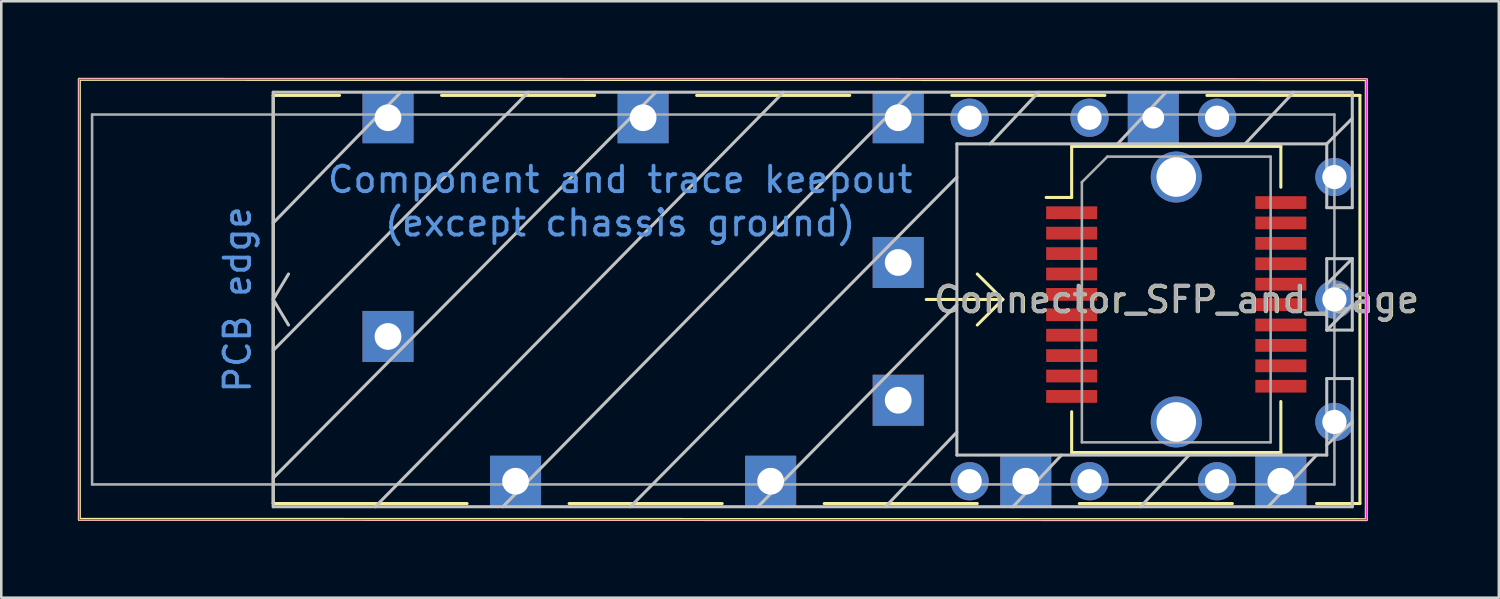
<source format=kicad_pcb>
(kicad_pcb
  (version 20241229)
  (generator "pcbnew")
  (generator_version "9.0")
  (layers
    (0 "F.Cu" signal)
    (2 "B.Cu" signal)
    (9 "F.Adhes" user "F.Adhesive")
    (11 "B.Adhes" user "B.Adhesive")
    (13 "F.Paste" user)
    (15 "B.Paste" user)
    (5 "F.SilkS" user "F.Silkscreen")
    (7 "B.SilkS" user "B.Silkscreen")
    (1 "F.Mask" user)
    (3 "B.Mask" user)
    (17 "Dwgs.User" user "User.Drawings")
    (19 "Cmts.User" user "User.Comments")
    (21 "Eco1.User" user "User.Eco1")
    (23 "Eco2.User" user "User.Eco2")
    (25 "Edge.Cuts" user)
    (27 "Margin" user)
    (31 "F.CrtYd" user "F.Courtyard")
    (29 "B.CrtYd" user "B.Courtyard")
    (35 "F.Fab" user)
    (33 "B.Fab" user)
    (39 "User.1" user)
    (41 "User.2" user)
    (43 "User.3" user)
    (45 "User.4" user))
  (footprint "Connector_SFP_and_Cage"
    (layer "F.Cu")
    (at 49.26 8.69)
    (property "Reference" "Connector_SFP_and_Cage" (at -6.18 0.01 0) (layer "F.SilkS") (effects (font (size 1 1) (thickness 0.15))))
    (attr smd)
    (fp_line (start -49.2 -8.63) (end 1.25 -8.62) (stroke (width 0.12) (type solid)) (layer "F.SilkS"))
    (fp_line (start -49.2 8.62) (end -49.2 -8.63) (stroke (width 0.12) (type solid)) (layer "F.SilkS"))
    (fp_line (start -41.6 8) (end -41.6 -8) (stroke (width 0.12) (type solid)) (layer "F.SilkS"))
    (fp_line (start -39 -8) (end -41.6 -8) (stroke (width 0.12) (type solid)) (layer "F.SilkS"))
    (fp_line (start -34 8) (end -41.6 8) (stroke (width 0.12) (type solid)) (layer "F.SilkS"))
    (fp_line (start -30 8) (end -24 8) (stroke (width 0.12) (type solid)) (layer "F.SilkS"))
    (fp_line (start -29 -8) (end -35 -8) (stroke (width 0.12) (type solid)) (layer "F.SilkS"))
    (fp_line (start -20 8) (end -14 8) (stroke (width 0.12) (type solid)) (layer "F.SilkS"))
    (fp_line (start -19 -8) (end -25 -8) (stroke (width 0.12) (type solid)) (layer "F.SilkS"))
    (fp_line (start -13 0) (end -16 0) (stroke (width 0.12) (type solid)) (layer "F.SilkS"))
    (fp_line (start -13 0) (end -14 -1) (stroke (width 0.12) (type solid)) (layer "F.SilkS"))
    (fp_line (start -13 0) (end -14 1) (stroke (width 0.12) (type solid)) (layer "F.SilkS"))
    (fp_line (start -10.3 -6) (end -10.3 -4) (stroke (width 0.12) (type solid)) (layer "F.SilkS"))
    (fp_line (start -10.3 -4) (end -11.3 -4) (stroke (width 0.12) (type solid)) (layer "F.SilkS"))
    (fp_line (start -10.3 4.4) (end -10.3 6) (stroke (width 0.12) (type solid)) (layer "F.SilkS"))
    (fp_line (start -10 8) (end -4 8) (stroke (width 0.12) (type solid)) (layer "F.SilkS"))
    (fp_line (start -9 -8) (end -15 -8) (stroke (width 0.12) (type solid)) (layer "F.SilkS"))
    (fp_line (start -2.1 -6) (end -10.3 -6) (stroke (width 0.12) (type solid)) (layer "F.SilkS"))
    (fp_line (start -2.1 -4.4) (end -2.1 -6) (stroke (width 0.12) (type solid)) (layer "F.SilkS"))
    (fp_line (start -2.1 4) (end -2.1 6) (stroke (width 0.12) (type solid)) (layer "F.SilkS"))
    (fp_line (start -2.1 6) (end -10.3 6) (stroke (width 0.12) (type solid)) (layer "F.SilkS"))
    (fp_line (start -0.7 8) (end 1 8) (stroke (width 0.12) (type solid)) (layer "F.SilkS"))
    (fp_line (start 1 -8) (end -5 -8) (stroke (width 0.12) (type solid)) (layer "F.SilkS"))
    (fp_line (start 1 8) (end 1 -8) (stroke (width 0.12) (type solid)) (layer "F.SilkS"))
    (fp_line (start 1.25 -8.62) (end 1.25 8.63) (stroke (width 0.12) (type solid)) (layer "F.SilkS"))
    (fp_line (start 1.25 8.63) (end -49.2 8.62) (stroke (width 0.12) (type solid)) (layer "F.SilkS"))
    (fp_line (start -41.6 -8.125) (end 0.7 -8.125) (stroke (width 0.12) (type solid)) (layer "Dwgs.User"))
    (fp_line (start -41.6 0) (end -41 -1) (stroke (width 0.12) (type solid)) (layer "Dwgs.User"))
    (fp_line (start -41.6 8.125) (end -41.6 -8.125) (stroke (width 0.12) (type solid)) (layer "Dwgs.User"))
    (fp_line (start -41 1) (end -41.6 0) (stroke (width 0.12) (type solid)) (layer "Dwgs.User"))
    (fp_line (start -36.6 -8.125) (end -41.6 -3) (stroke (width 0.12) (type solid)) (layer "Dwgs.User"))
    (fp_line (start -31.6 -8.125) (end -41.6 2) (stroke (width 0.12) (type solid)) (layer "Dwgs.User"))
    (fp_line (start -27.6 8.125) (end -14.8 -4.8) (stroke (width 0.12) (type solid)) (layer "Dwgs.User"))
    (fp_line (start -26.6 -8.125) (end -41.6 7) (stroke (width 0.12) (type solid)) (layer "Dwgs.User"))
    (fp_line (start -22.6 8.125) (end -14.8 0.2) (stroke (width 0.12) (type solid)) (layer "Dwgs.User"))
    (fp_line (start -21.6 -8.125) (end -37.6 8.125) (stroke (width 0.12) (type solid)) (layer "Dwgs.User"))
    (fp_line (start -17.6 8.125) (end -14.8 5.2) (stroke (width 0.12) (type solid)) (layer "Dwgs.User"))
    (fp_line (start -16.6 -8.125) (end -32.6 8.125) (stroke (width 0.12) (type solid)) (layer "Dwgs.User"))
    (fp_line (start -14.8 -6.1) (end -14.8 6.1) (stroke (width 0.12) (type solid)) (layer "Dwgs.User"))
    (fp_line (start -14.8 6.1) (end -0.3 6.1) (stroke (width 0.12) (type solid)) (layer "Dwgs.User"))
    (fp_line (start -13.5 -6.1) (end -11.6 -8.125) (stroke (width 0.12) (type solid)) (layer "Dwgs.User"))
    (fp_line (start -12.6 8.125) (end -10.7 6.1) (stroke (width 0.12) (type solid)) (layer "Dwgs.User"))
    (fp_line (start -7.6 8.125) (end -5.7 6.1) (stroke (width 0.12) (type solid)) (layer "Dwgs.User"))
    (fp_line (start -6.6 -8.125) (end -8.5 -6.1) (stroke (width 0.12) (type solid)) (layer "Dwgs.User"))
    (fp_line (start -2.6 8.125) (end -0.7 6.1) (stroke (width 0.12) (type solid)) (layer "Dwgs.User"))
    (fp_line (start -1.6 -8.125) (end -3.5 -6.1) (stroke (width 0.12) (type solid)) (layer "Dwgs.User"))
    (fp_line (start -0.3 -6.1) (end -14.8 -6.1) (stroke (width 0.12) (type solid)) (layer "Dwgs.User"))
    (fp_line (start -0.3 -6.1) (end 0.7 -7.1) (stroke (width 0.12) (type solid)) (layer "Dwgs.User"))
    (fp_line (start -0.3 -3.6) (end -0.3 -6.1) (stroke (width 0.12) (type solid)) (layer "Dwgs.User"))
    (fp_line (start -0.3 -1.6) (end 0.7 -1.6) (stroke (width 0.12) (type solid)) (layer "Dwgs.User"))
    (fp_line (start -0.3 1.2) (end -0.3 -1.6) (stroke (width 0.12) (type solid)) (layer "Dwgs.User"))
    (fp_line (start -0.3 1.2) (end 0.7 0.2) (stroke (width 0.12) (type solid)) (layer "Dwgs.User"))
    (fp_line (start -0.3 3.1) (end 0.7 3.1) (stroke (width 0.12) (type solid)) (layer "Dwgs.User"))
    (fp_line (start -0.3 5.7) (end 0.7 4.8) (stroke (width 0.12) (type solid)) (layer "Dwgs.User"))
    (fp_line (start -0.3 6.1) (end -0.3 3.1) (stroke (width 0.12) (type solid)) (layer "Dwgs.User"))
    (fp_line (start 0.7 -8.125) (end 0.7 -3.6) (stroke (width 0.12) (type solid)) (layer "Dwgs.User"))
    (fp_line (start 0.7 -3.6) (end -0.3 -3.6) (stroke (width 0.12) (type solid)) (layer "Dwgs.User"))
    (fp_line (start 0.7 -1.6) (end -0.3 -0.6) (stroke (width 0.12) (type solid)) (layer "Dwgs.User"))
    (fp_line (start 0.7 -1.6) (end 0.7 1.2) (stroke (width 0.12) (type solid)) (layer "Dwgs.User"))
    (fp_line (start 0.7 1.2) (end -0.3 1.2) (stroke (width 0.12) (type solid)) (layer "Dwgs.User"))
    (fp_line (start 0.7 3.1) (end 0.7 8.125) (stroke (width 0.12) (type solid)) (layer "Dwgs.User"))
    (fp_line (start 0.7 8.125) (end -41.6 8.125) (stroke (width 0.12) (type solid)) (layer "Dwgs.User"))
    (fp_line (start -49.2 -8.63) (end -49.2 8.63) (stroke (width 0.05) (type solid)) (layer "F.CrtYd"))
    (fp_line (start -49.2 -8.63) (end 1.25 -8.63) (stroke (width 0.05) (type solid)) (layer "F.CrtYd"))
    (fp_line (start 1.25 8.63) (end -49.2 8.63) (stroke (width 0.05) (type solid)) (layer "F.CrtYd"))
    (fp_line (start 1.25 8.63) (end 1.25 -8.63) (stroke (width 0.05) (type solid)) (layer "F.CrtYd"))
    (fp_line (start -48.7 -7.25) (end -48.7 7.25) (stroke (width 0.1) (type solid)) (layer "F.Fab"))
    (fp_line (start -9.9 -4.6) (end -9.9 5.6) (stroke (width 0.1) (type solid)) (layer "F.Fab"))
    (fp_line (start -9.9 -4.6) (end -8.9 -5.6) (stroke (width 0.1) (type solid)) (layer "F.Fab"))
    (fp_line (start -2.5 -5.6) (end -8.9 -5.6) (stroke (width 0.1) (type solid)) (layer "F.Fab"))
    (fp_line (start -2.5 -5.6) (end -2.5 5.6) (stroke (width 0.1) (type solid)) (layer "F.Fab"))
    (fp_line (start -2.5 5.6) (end -9.9 5.6) (stroke (width 0.1) (type solid)) (layer "F.Fab"))
    (fp_line (start 0 -7.25) (end -48.7 -7.25) (stroke (width 0.1) (type solid)) (layer "F.Fab"))
    (fp_line (start 0 -7.25) (end 0 7.25) (stroke (width 0.1) (type solid)) (layer "F.Fab"))
    (fp_line (start 0 7.25) (end -48.7 7.25) (stroke (width 0.1) (type solid)) (layer "F.Fab"))
    (fp_text user "(except chassis ground)" (at -28 -3 0) (layer "Cmts.User") (effects (font (size 1 1) (thickness 0.15))))
    (fp_text user "Component and trace keepout" (at -28 -4.7 0) (layer "Cmts.User") (effects (font (size 1 1) (thickness 0.15))))
    (fp_text user "PCB edge" (at -43 0 90) (layer "Cmts.User") (effects (font (size 1 1) (thickness 0.15))))
    (fp_text user "${REFERENCE}" (at -6.2 0 0) (layer "F.Fab") (effects (font (size 1 1) (thickness 0.15))))
    (pad "" np_thru_hole circle (at -6.2 -4.8) (size 2 2) (drill 1.55) (layers "*.Cu" "*.Mask"))
    (pad "" np_thru_hole circle (at -6.2 4.8) (size 2 2) (drill 1.55) (layers "*.Cu" "*.Mask"))
    (pad "1" smd rect (at -10.3 -3.4) (size 2 0.5) (layers "F.Cu" "F.Mask" "F.Paste"))
    (pad "2" smd rect (at -10.3 -2.6) (size 2 0.5) (layers "F.Cu" "F.Mask" "F.Paste"))
    (pad "3" smd rect (at -10.3 -1.8) (size 2 0.5) (layers "F.Cu" "F.Mask" "F.Paste"))
    (pad "4" smd rect (at -10.3 -1) (size 2 0.5) (layers "F.Cu" "F.Mask" "F.Paste"))
    (pad "5" smd rect (at -10.3 -0.2) (size 2 0.5) (layers "F.Cu" "F.Mask" "F.Paste"))
    (pad "6" smd rect (at -10.3 0.6) (size 2 0.5) (layers "F.Cu" "F.Mask" "F.Paste"))
    (pad "7" smd rect (at -10.3 1.4) (size 2 0.5) (layers "F.Cu" "F.Mask" "F.Paste"))
    (pad "8" smd rect (at -10.3 2.2) (size 2 0.5) (layers "F.Cu" "F.Mask" "F.Paste"))
    (pad "9" smd rect (at -10.3 3) (size 2 0.5) (layers "F.Cu" "F.Mask" "F.Paste"))
    (pad "10" smd rect (at -10.3 3.8) (size 2 0.5) (layers "F.Cu" "F.Mask" "F.Paste"))
    (pad "11" smd rect (at -2.1 3.4) (size 2 0.5) (layers "F.Cu" "F.Mask" "F.Paste"))
    (pad "12" smd rect (at -2.1 2.6) (size 2 0.5) (layers "F.Cu" "F.Mask" "F.Paste"))
    (pad "13" smd rect (at -2.1 1.8) (size 2 0.5) (layers "F.Cu" "F.Mask" "F.Paste"))
    (pad "14" smd rect (at -2.1 1) (size 2 0.5) (layers "F.Cu" "F.Mask" "F.Paste"))
    (pad "15" smd rect (at -2.1 0.2) (size 2 0.5) (layers "F.Cu" "F.Mask" "F.Paste"))
    (pad "16" smd rect (at -2.1 -0.6) (size 2 0.5) (layers "F.Cu" "F.Mask" "F.Paste"))
    (pad "17" smd rect (at -2.1 -1.4) (size 2 0.5) (layers "F.Cu" "F.Mask" "F.Paste"))
    (pad "18" smd rect (at -2.1 -2.2) (size 2 0.5) (layers "F.Cu" "F.Mask" "F.Paste"))
    (pad "19" smd rect (at -2.1 -3) (size 2 0.5) (layers "F.Cu" "F.Mask" "F.Paste"))
    (pad "20" smd rect (at -2.1 -3.8) (size 2 0.5) (layers "F.Cu" "F.Mask" "F.Paste"))
    (pad "CAGE" thru_hole rect (at -37.1 -7.125) (size 2 2) (drill 1.05) (layers "*.Cu" "*.Mask"))
    (pad "CAGE" thru_hole rect (at -37.1 1.45) (size 2 2) (drill 1.05) (layers "*.Cu" "*.Mask"))
    (pad "CAGE" thru_hole rect (at -32.1 7.125) (size 2 2) (drill 1.05) (layers "*.Cu" "*.Mask"))
    (pad "CAGE" thru_hole rect (at -27.1 -7.125) (size 2 2) (drill 1.05) (layers "*.Cu" "*.Mask"))
    (pad "CAGE" thru_hole rect (at -22.1 7.125) (size 2 2) (drill 1.05) (layers "*.Cu" "*.Mask"))
    (pad "CAGE" thru_hole rect (at -17.1 -7.125) (size 2 2) (drill 1.05) (layers "*.Cu" "*.Mask"))
    (pad "CAGE" thru_hole rect (at -17.1 -1.45) (size 2 2) (drill 1.05) (layers "*.Cu" "*.Mask"))
    (pad "CAGE" thru_hole rect (at -17.1 3.95) (size 2 2) (drill 1.05) (layers "*.Cu" "*.Mask"))
    (pad "CAGE" thru_hole circle (at -14.3 -7.125) (size 1.5 1.5) (drill 0.95) (layers "*.Cu" "*.Mask"))
    (pad "CAGE" thru_hole circle (at -14.3 7.125) (size 1.5 1.5) (drill 0.95) (layers "*.Cu" "*.Mask"))
    (pad "CAGE" thru_hole rect (at -12.1 7.125) (size 2 2) (drill 1.05) (layers "*.Cu" "*.Mask"))
    (pad "CAGE" thru_hole circle (at -9.6 -7.125) (size 1.5 1.5) (drill 0.95) (layers "*.Cu" "*.Mask"))
    (pad "CAGE" thru_hole circle (at -9.6 7.125) (size 1.5 1.5) (drill 0.95) (layers "*.Cu" "*.Mask"))
    (pad "CAGE" thru_hole rect (at -7.1 -7.125) (size 2 2) (drill 0.85) (layers "*.Cu" "*.Mask"))
    (pad "CAGE" thru_hole circle (at -4.6 -7.125) (size 1.5 1.5) (drill 0.95) (layers "*.Cu" "*.Mask"))
    (pad "CAGE" thru_hole circle (at -4.6 7.125) (size 1.5 1.5) (drill 0.95) (layers "*.Cu" "*.Mask"))
    (pad "CAGE" thru_hole rect (at -2.1 7.125) (size 2 2) (drill 1.05) (layers "*.Cu" "*.Mask"))
    (pad "CAGE" thru_hole circle (at 0 -4.8) (size 1.5 1.5) (drill 0.95) (layers "*.Cu" "*.Mask"))
    (pad "CAGE" thru_hole circle (at 0 0) (size 1.5 1.5) (drill 0.95) (layers "*.Cu" "*.Mask"))
    (pad "CAGE" thru_hole circle (at 0 4.8) (size 1.5 1.5) (drill 0.95) (layers "*.Cu" "*.Mask")))
  (gr_rect
    (start -3 -3)
    (end 55.705 20.38)
    (stroke (width 0.1) (type default))
    (fill no)
    (layer "Edge.Cuts")))
</source>
